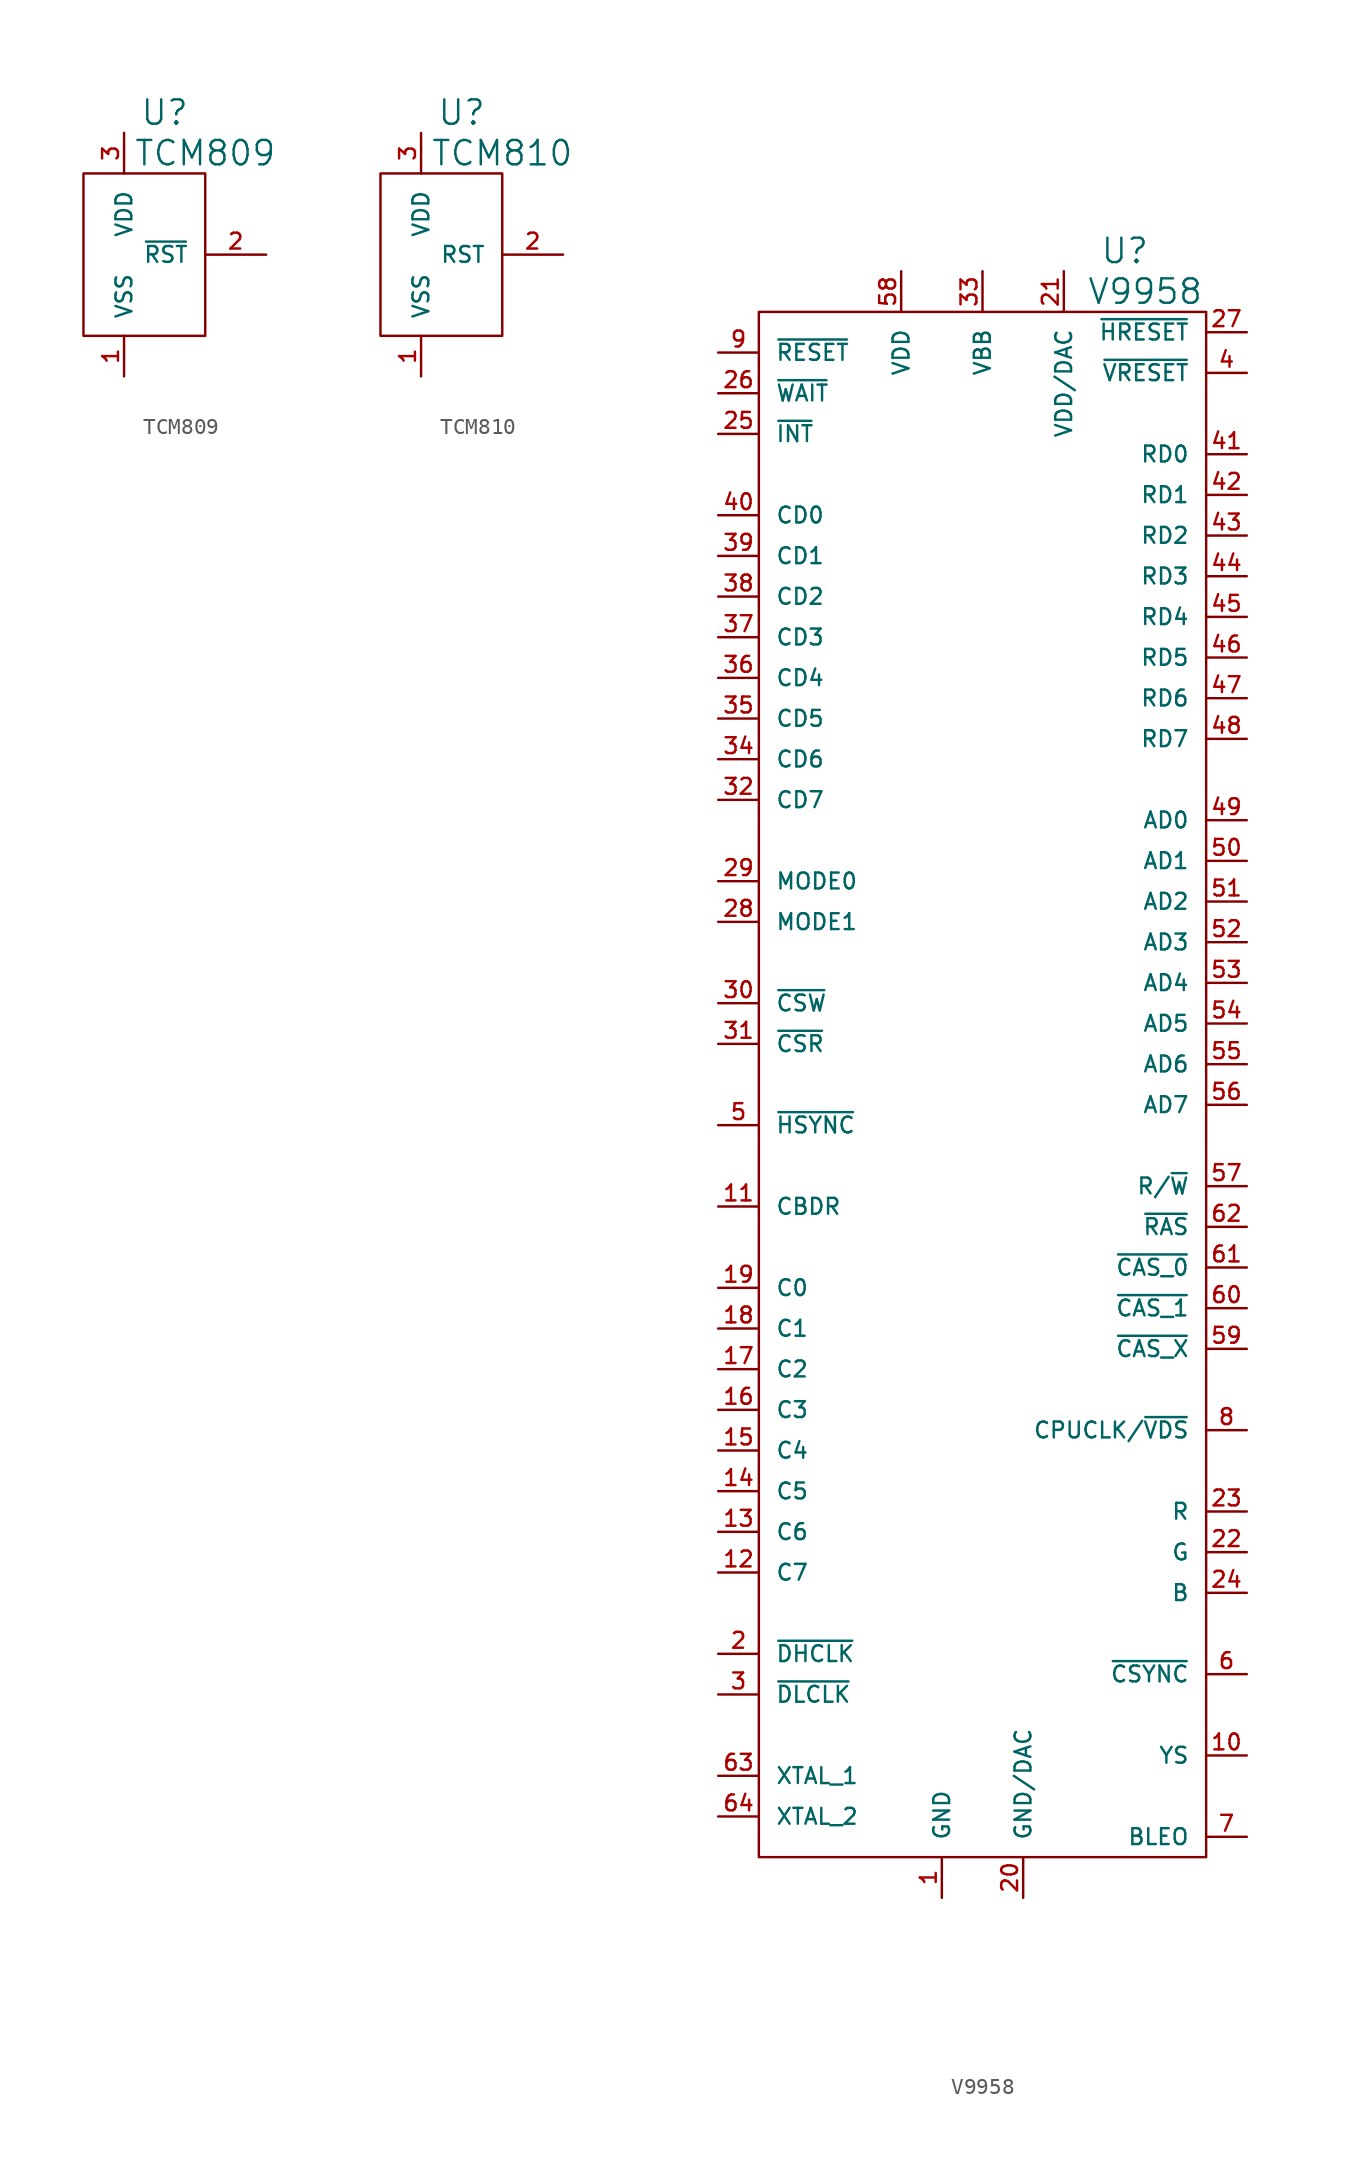
<source format=kicad_sym>
(kicad_symbol_lib
  (version 20220914)
  (generator kicad_symbol_editor)
  (symbol "TCM809"
    (pin_names
      (offset 1.016))
    (property "Reference" "U"
      (at 1.27 8.89 0)
      (effects (font (size 1.524 1.524))))
    (property "Value" "TCM809"
      (at 3.81 6.35 0)
      (effects (font (size 1.524 1.524))))
    (property "Footprint" ""
      (at 0 0 0)
      (effects (font (size 1.524 1.524))))
    (property "Datasheet" ""
      (at 0 0 0)
      (effects (font (size 1.524 1.524))))
    (symbol "TCM809_0_1"
      (rectangle (start -3.81 5.08) (end 3.81 -5.08) (stroke (width 0) (type solid)) (fill (type none))))
    (symbol "TCM809_1_1"
      (pin passive line (at -1.27 -7.62 90) (length 2.54) (name "VSS" (effects (font (size 0.991 0.991)))) (number "1" (effects (font (size 0.991 0.991)))))
      (pin passive line (at 7.62 0 180) (length 3.81) (name "~{RST}" (effects (font (size 0.991 0.991)))) (number "2" (effects (font (size 0.991 0.991)))))
      (pin bidirectional line (at -1.27 7.62 270) (length 2.54) (name "VDD" (effects (font (size 0.991 0.991)))) (number "3" (effects (font (size 0.991 0.991)))))))
  (symbol "TCM810"
    (pin_names
      (offset 1.016))
    (property "Reference" "U"
      (at 1.27 8.89 0)
      (effects (font (size 1.524 1.524))))
    (property "Value" "TCM810"
      (at 3.81 6.35 0)
      (effects (font (size 1.524 1.524))))
    (property "Footprint" ""
      (at 0 0 0)
      (effects (font (size 1.524 1.524))))
    (property "Datasheet" ""
      (at 0 0 0)
      (effects (font (size 1.524 1.524))))
    (symbol "TCM810_0_1"
      (rectangle (start -3.81 5.08) (end 3.81 -5.08) (stroke (width 0) (type solid)) (fill (type none))))
    (symbol "TCM810_1_1"
      (pin passive line (at -1.27 -7.62 90) (length 2.54) (name "VSS" (effects (font (size 0.991 0.991)))) (number "1" (effects (font (size 0.991 0.991)))))
      (pin passive line (at 7.62 0 180) (length 3.81) (name "RST" (effects (font (size 0.991 0.991)))) (number "2" (effects (font (size 0.991 0.991)))))
      (pin bidirectional line (at -1.27 7.62 270) (length 2.54) (name "VDD" (effects (font (size 0.991 0.991)))) (number "3" (effects (font (size 0.991 0.991)))))))
  (symbol "V9958"
    (pin_names
      (offset 1.016))
    (property "Reference" "U"
      (at 8.89 52.07 0)
      (effects (font (size 1.524 1.524))))
    (property "Value" "V9958"
      (at 10.16 49.53 0)
      (effects (font (size 1.524 1.524))))
    (property "Footprint" ""
      (at 0 0 0)
      (effects (font (size 1.524 1.524))))
    (property "Datasheet" ""
      (at 0 0 0)
      (effects (font (size 1.524 1.524))))
    (symbol "V9958_0_1"
      (rectangle (start -13.97 48.26) (end 13.97 -48.26) (stroke (width 0) (type solid)) (fill (type none))))
    (symbol "V9958_1_1"
      (pin passive line (at -2.54 -50.8 90) (length 2.54) (name "GND" (effects (font (size 0.991 0.991)))) (number "1" (effects (font (size 0.991 0.991)))))
      (pin passive line (at 16.51 -41.91 180) (length 2.54) (name "YS" (effects (font (size 0.991 0.991)))) (number "10" (effects (font (size 0.991 0.991)))))
      (pin passive line (at -16.51 -7.62 0) (length 2.54) (name "CBDR" (effects (font (size 0.991 0.991)))) (number "11" (effects (font (size 0.991 0.991)))))
      (pin passive line (at -16.51 -30.48 0) (length 2.54) (name "C7" (effects (font (size 0.991 0.991)))) (number "12" (effects (font (size 0.991 0.991)))))
      (pin passive line (at -16.51 -27.94 0) (length 2.54) (name "C6" (effects (font (size 0.991 0.991)))) (number "13" (effects (font (size 0.991 0.991)))))
      (pin passive line (at -16.51 -25.4 0) (length 2.54) (name "C5" (effects (font (size 0.991 0.991)))) (number "14" (effects (font (size 0.991 0.991)))))
      (pin passive line (at -16.51 -22.86 0) (length 2.54) (name "C4" (effects (font (size 0.991 0.991)))) (number "15" (effects (font (size 0.991 0.991)))))
      (pin passive line (at -16.51 -20.32 0) (length 2.54) (name "C3" (effects (font (size 0.991 0.991)))) (number "16" (effects (font (size 0.991 0.991)))))
      (pin passive line (at -16.51 -17.78 0) (length 2.54) (name "C2" (effects (font (size 0.991 0.991)))) (number "17" (effects (font (size 0.991 0.991)))))
      (pin passive line (at -16.51 -15.24 0) (length 2.54) (name "C1" (effects (font (size 0.991 0.991)))) (number "18" (effects (font (size 0.991 0.991)))))
      (pin passive line (at -16.51 -12.7 0) (length 2.54) (name "C0" (effects (font (size 0.991 0.991)))) (number "19" (effects (font (size 0.991 0.991)))))
      (pin passive line (at -16.51 -35.56 0) (length 2.54) (name "~{DHCLK}" (effects (font (size 0.991 0.991)))) (number "2" (effects (font (size 0.991 0.991)))))
      (pin passive line (at 2.54 -50.8 90) (length 2.54) (name "GND/DAC" (effects (font (size 0.991 0.991)))) (number "20" (effects (font (size 0.991 0.991)))))
      (pin passive line (at 5.08 50.8 270) (length 2.54) (name "VDD/DAC" (effects (font (size 0.991 0.991)))) (number "21" (effects (font (size 0.991 0.991)))))
      (pin passive line (at 16.51 -29.21 180) (length 2.54) (name "G" (effects (font (size 0.991 0.991)))) (number "22" (effects (font (size 0.991 0.991)))))
      (pin passive line (at 16.51 -26.67 180) (length 2.54) (name "R" (effects (font (size 0.991 0.991)))) (number "23" (effects (font (size 0.991 0.991)))))
      (pin passive line (at 16.51 -31.75 180) (length 2.54) (name "B" (effects (font (size 0.991 0.991)))) (number "24" (effects (font (size 0.991 0.991)))))
      (pin passive line (at -16.51 40.64 0) (length 2.54) (name "~{INT}" (effects (font (size 0.991 0.991)))) (number "25" (effects (font (size 0.991 0.991)))))
      (pin passive line (at -16.51 43.18 0) (length 2.54) (name "~{WAIT}" (effects (font (size 0.991 0.991)))) (number "26" (effects (font (size 0.991 0.991)))))
      (pin passive line (at 16.51 46.99 180) (length 2.54) (name "~{HRESET}" (effects (font (size 0.991 0.991)))) (number "27" (effects (font (size 0.991 0.991)))))
      (pin passive line (at -16.51 10.16 0) (length 2.54) (name "MODE1" (effects (font (size 0.991 0.991)))) (number "28" (effects (font (size 0.991 0.991)))))
      (pin passive line (at -16.51 12.7 0) (length 2.54) (name "MODE0" (effects (font (size 0.991 0.991)))) (number "29" (effects (font (size 0.991 0.991)))))
      (pin passive line (at -16.51 -38.1 0) (length 2.54) (name "~{DLCLK}" (effects (font (size 0.991 0.991)))) (number "3" (effects (font (size 0.991 0.991)))))
      (pin passive line (at -16.51 5.08 0) (length 2.54) (name "~{CSW}" (effects (font (size 0.991 0.991)))) (number "30" (effects (font (size 0.991 0.991)))))
      (pin passive line (at -16.51 2.54 0) (length 2.54) (name "~{CSR}" (effects (font (size 0.991 0.991)))) (number "31" (effects (font (size 0.991 0.991)))))
      (pin passive line (at -16.51 17.78 0) (length 2.54) (name "CD7" (effects (font (size 0.991 0.991)))) (number "32" (effects (font (size 0.991 0.991)))))
      (pin bidirectional line (at 0 50.8 270) (length 2.54) (name "VBB" (effects (font (size 0.991 0.991)))) (number "33" (effects (font (size 0.991 0.991)))))
      (pin passive line (at -16.51 20.32 0) (length 2.54) (name "CD6" (effects (font (size 0.991 0.991)))) (number "34" (effects (font (size 0.991 0.991)))))
      (pin passive line (at -16.51 22.86 0) (length 2.54) (name "CD5" (effects (font (size 0.991 0.991)))) (number "35" (effects (font (size 0.991 0.991)))))
      (pin passive line (at -16.51 25.4 0) (length 2.54) (name "CD4" (effects (font (size 0.991 0.991)))) (number "36" (effects (font (size 0.991 0.991)))))
      (pin passive line (at -16.51 27.94 0) (length 2.54) (name "CD3" (effects (font (size 0.991 0.991)))) (number "37" (effects (font (size 0.991 0.991)))))
      (pin passive line (at -16.51 30.48 0) (length 2.54) (name "CD2" (effects (font (size 0.991 0.991)))) (number "38" (effects (font (size 0.991 0.991)))))
      (pin passive line (at -16.51 33.02 0) (length 2.54) (name "CD1" (effects (font (size 0.991 0.991)))) (number "39" (effects (font (size 0.991 0.991)))))
      (pin passive line (at 16.51 44.45 180) (length 2.54) (name "~{VRESET}" (effects (font (size 0.991 0.991)))) (number "4" (effects (font (size 0.991 0.991)))))
      (pin passive line (at -16.51 35.56 0) (length 2.54) (name "CD0" (effects (font (size 0.991 0.991)))) (number "40" (effects (font (size 0.991 0.991)))))
      (pin passive line (at 16.51 39.37 180) (length 2.54) (name "RD0" (effects (font (size 0.991 0.991)))) (number "41" (effects (font (size 0.991 0.991)))))
      (pin passive line (at 16.51 36.83 180) (length 2.54) (name "RD1" (effects (font (size 0.991 0.991)))) (number "42" (effects (font (size 0.991 0.991)))))
      (pin passive line (at 16.51 34.29 180) (length 2.54) (name "RD2" (effects (font (size 0.991 0.991)))) (number "43" (effects (font (size 0.991 0.991)))))
      (pin passive line (at 16.51 31.75 180) (length 2.54) (name "RD3" (effects (font (size 0.991 0.991)))) (number "44" (effects (font (size 0.991 0.991)))))
      (pin passive line (at 16.51 29.21 180) (length 2.54) (name "RD4" (effects (font (size 0.991 0.991)))) (number "45" (effects (font (size 0.991 0.991)))))
      (pin passive line (at 16.51 26.67 180) (length 2.54) (name "RD5" (effects (font (size 0.991 0.991)))) (number "46" (effects (font (size 0.991 0.991)))))
      (pin passive line (at 16.51 24.13 180) (length 2.54) (name "RD6" (effects (font (size 0.991 0.991)))) (number "47" (effects (font (size 0.991 0.991)))))
      (pin passive line (at 16.51 21.59 180) (length 2.54) (name "RD7" (effects (font (size 0.991 0.991)))) (number "48" (effects (font (size 0.991 0.991)))))
      (pin passive line (at 16.51 16.51 180) (length 2.54) (name "AD0" (effects (font (size 0.991 0.991)))) (number "49" (effects (font (size 0.991 0.991)))))
      (pin passive line (at -16.51 -2.54 0) (length 2.54) (name "~{HSYNC}" (effects (font (size 0.991 0.991)))) (number "5" (effects (font (size 0.991 0.991)))))
      (pin passive line (at 16.51 13.97 180) (length 2.54) (name "AD1" (effects (font (size 0.991 0.991)))) (number "50" (effects (font (size 0.991 0.991)))))
      (pin passive line (at 16.51 11.43 180) (length 2.54) (name "AD2" (effects (font (size 0.991 0.991)))) (number "51" (effects (font (size 0.991 0.991)))))
      (pin passive line (at 16.51 8.89 180) (length 2.54) (name "AD3" (effects (font (size 0.991 0.991)))) (number "52" (effects (font (size 0.991 0.991)))))
      (pin passive line (at 16.51 6.35 180) (length 2.54) (name "AD4" (effects (font (size 0.991 0.991)))) (number "53" (effects (font (size 0.991 0.991)))))
      (pin passive line (at 16.51 3.81 180) (length 2.54) (name "AD5" (effects (font (size 0.991 0.991)))) (number "54" (effects (font (size 0.991 0.991)))))
      (pin passive line (at 16.51 1.27 180) (length 2.54) (name "AD6" (effects (font (size 0.991 0.991)))) (number "55" (effects (font (size 0.991 0.991)))))
      (pin passive line (at 16.51 -1.27 180) (length 2.54) (name "AD7" (effects (font (size 0.991 0.991)))) (number "56" (effects (font (size 0.991 0.991)))))
      (pin passive line (at 16.51 -6.35 180) (length 2.54) (name "R/~{W}" (effects (font (size 0.991 0.991)))) (number "57" (effects (font (size 0.991 0.991)))))
      (pin bidirectional line (at -5.08 50.8 270) (length 2.54) (name "VDD" (effects (font (size 0.991 0.991)))) (number "58" (effects (font (size 0.991 0.991)))))
      (pin passive line (at 16.51 -16.51 180) (length 2.54) (name "~{CAS_X}" (effects (font (size 0.991 0.991)))) (number "59" (effects (font (size 0.991 0.991)))))
      (pin passive line (at 16.51 -36.83 180) (length 2.54) (name "~{CSYNC}" (effects (font (size 0.991 0.991)))) (number "6" (effects (font (size 0.991 0.991)))))
      (pin passive line (at 16.51 -13.97 180) (length 2.54) (name "~{CAS_1}" (effects (font (size 0.991 0.991)))) (number "60" (effects (font (size 0.991 0.991)))))
      (pin passive line (at 16.51 -11.43 180) (length 2.54) (name "~{CAS_0}" (effects (font (size 0.991 0.991)))) (number "61" (effects (font (size 0.991 0.991)))))
      (pin passive line (at 16.51 -8.89 180) (length 2.54) (name "~{RAS}" (effects (font (size 0.991 0.991)))) (number "62" (effects (font (size 0.991 0.991)))))
      (pin passive line (at -16.51 -43.18 0) (length 2.54) (name "XTAL_1" (effects (font (size 0.991 0.991)))) (number "63" (effects (font (size 0.991 0.991)))))
      (pin passive line (at -16.51 -45.72 0) (length 2.54) (name "XTAL_2" (effects (font (size 0.991 0.991)))) (number "64" (effects (font (size 0.991 0.991)))))
      (pin passive line (at 16.51 -46.99 180) (length 2.54) (name "BLEO" (effects (font (size 0.991 0.991)))) (number "7" (effects (font (size 0.991 0.991)))))
      (pin passive line (at 16.51 -21.59 180) (length 2.54) (name "CPUCLK/~{VDS}" (effects (font (size 0.991 0.991)))) (number "8" (effects (font (size 0.991 0.991)))))
      (pin passive line (at -16.51 45.72 0) (length 2.54) (name "~{RESET}" (effects (font (size 0.991 0.991)))) (number "9" (effects (font (size 0.991 0.991))))))))
</source>
